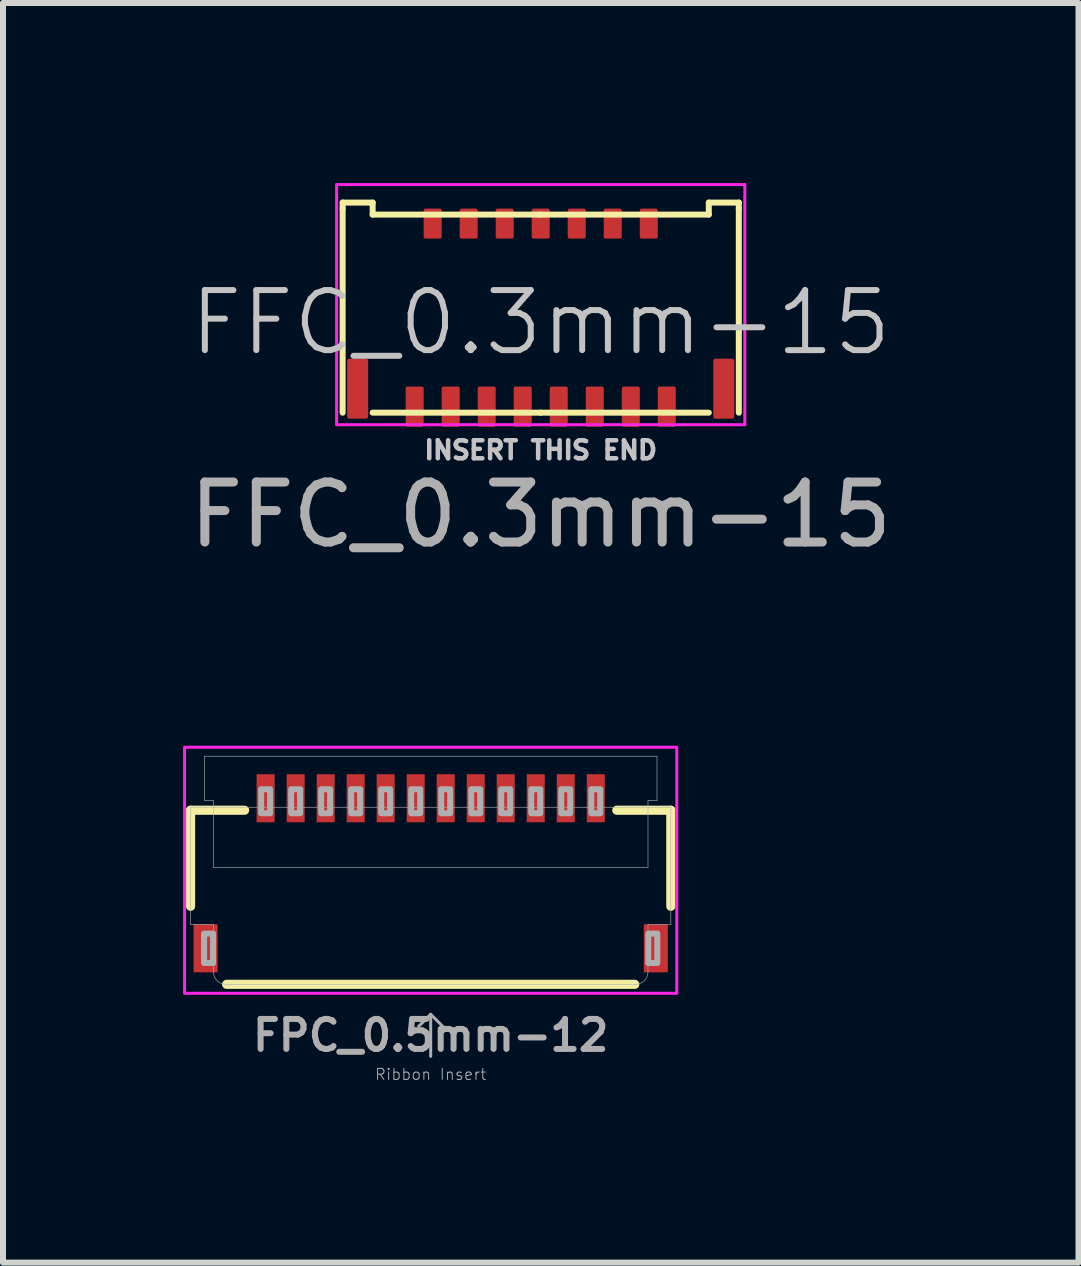
<source format=kicad_pcb>
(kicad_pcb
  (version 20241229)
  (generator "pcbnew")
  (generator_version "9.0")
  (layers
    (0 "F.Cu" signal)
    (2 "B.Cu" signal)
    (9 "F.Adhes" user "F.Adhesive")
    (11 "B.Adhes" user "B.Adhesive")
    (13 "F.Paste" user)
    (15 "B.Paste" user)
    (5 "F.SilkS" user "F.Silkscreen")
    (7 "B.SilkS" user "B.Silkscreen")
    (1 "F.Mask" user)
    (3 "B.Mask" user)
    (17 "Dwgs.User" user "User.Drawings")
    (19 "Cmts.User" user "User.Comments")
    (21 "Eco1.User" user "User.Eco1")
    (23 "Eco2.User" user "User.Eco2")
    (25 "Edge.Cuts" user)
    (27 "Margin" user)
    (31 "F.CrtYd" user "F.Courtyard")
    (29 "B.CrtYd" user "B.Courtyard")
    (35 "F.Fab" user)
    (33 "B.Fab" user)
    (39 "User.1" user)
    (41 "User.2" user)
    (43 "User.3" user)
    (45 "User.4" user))
  (footprint "FFC_0.3mm-15"
    (layer "F.Cu")
    (at 5.958 2.325)
    (property "Reference" "FFC_0.3mm-15" (at 0 0 0) (unlocked yes) (layer "Dwgs.User") (effects (font (size 1 1) (thickness 0.1))))
    (attr smd)
    (fp_line (start -3.3 -2) (end -3.3 -1.9) (stroke (width 0.1) (type default)) (layer "F.SilkS"))
    (fp_line (start -3.3 1.5) (end -3.3 -1.9) (stroke (width 0.1) (type default)) (layer "F.SilkS"))
    (fp_line (start -2.8 -2) (end -3.3 -2) (stroke (width 0.1) (type default)) (layer "F.SilkS"))
    (fp_line (start -2.8 -1.8) (end -2.8 -2) (stroke (width 0.1) (type default)) (layer "F.SilkS"))
    (fp_line (start 0 -1.8) (end -2.8 -1.8) (stroke (width 0.1) (type default)) (layer "F.SilkS"))
    (fp_line (start 0 -1.8) (end 2.8 -1.8) (stroke (width 0.1) (type default)) (layer "F.SilkS"))
    (fp_line (start 0 1.5) (end -2.8 1.5) (stroke (width 0.1) (type default)) (layer "F.SilkS"))
    (fp_line (start 0 1.5) (end 2.8 1.5) (stroke (width 0.1) (type default)) (layer "F.SilkS"))
    (fp_line (start 2.8 -2) (end 3.3 -2) (stroke (width 0.1) (type default)) (layer "F.SilkS"))
    (fp_line (start 2.8 -1.8) (end 2.8 -2) (stroke (width 0.1) (type default)) (layer "F.SilkS"))
    (fp_line (start 3.3 -2) (end 3.3 -1.9) (stroke (width 0.1) (type default)) (layer "F.SilkS"))
    (fp_line (start 3.3 -1.9) (end 3.3 1.5) (stroke (width 0.1) (type default)) (layer "F.SilkS"))
    (fp_line (start -3.4 -2.3) (end 3.4 -2.3) (stroke (width 0.05) (type default)) (layer "F.CrtYd"))
    (fp_line (start -3.4 1.7) (end -3.4 -2.3) (stroke (width 0.05) (type default)) (layer "F.CrtYd"))
    (fp_line (start 3.4 -2.3) (end 3.4 1.7) (stroke (width 0.05) (type default)) (layer "F.CrtYd"))
    (fp_line (start 3.4 1.7) (end -3.4 1.7) (stroke (width 0.05) (type default)) (layer "F.CrtYd"))
    (fp_text user "INSERT THIS END" (at 0 2.3 0) (unlocked yes) (layer "Dwgs.User") (effects (font (size 0.3 0.3) (thickness 0.075)) (justify bottom)))
    (fp_text user "${REFERENCE}" (at 0 3.2 0) (unlocked yes) (layer "F.Fab") (effects (font (size 1 1) (thickness 0.15))))
    (pad "1" smd roundrect (at -2.1 1.4) (size 0.3 0.67) (layers "F.Cu" "F.Mask" "F.Paste") (roundrect_rratio 0.1))
    (pad "2" smd roundrect (at -1.8 -1.65) (size 0.3 0.5) (layers "F.Cu" "F.Mask" "F.Paste") (roundrect_rratio 0.1))
    (pad "3" smd roundrect (at -1.5 1.4) (size 0.3 0.67) (layers "F.Cu" "F.Mask" "F.Paste") (roundrect_rratio 0.1))
    (pad "4" smd roundrect (at -1.2 -1.65) (size 0.3 0.5) (layers "F.Cu" "F.Mask" "F.Paste") (roundrect_rratio 0.1))
    (pad "5" smd roundrect (at -0.9 1.4) (size 0.3 0.67) (layers "F.Cu" "F.Mask" "F.Paste") (roundrect_rratio 0.1))
    (pad "6" smd roundrect (at -0.6 -1.65) (size 0.3 0.5) (layers "F.Cu" "F.Mask" "F.Paste") (roundrect_rratio 0.1))
    (pad "7" smd roundrect (at -0.3 1.4) (size 0.3 0.67) (layers "F.Cu" "F.Mask" "F.Paste") (roundrect_rratio 0.1))
    (pad "8" smd roundrect (at 0 -1.65) (size 0.3 0.5) (layers "F.Cu" "F.Mask" "F.Paste") (roundrect_rratio 0.1))
    (pad "9" smd roundrect (at 0.3 1.4) (size 0.3 0.67) (layers "F.Cu" "F.Mask" "F.Paste") (roundrect_rratio 0.1))
    (pad "10" smd roundrect (at 0.6 -1.65) (size 0.3 0.5) (layers "F.Cu" "F.Mask" "F.Paste") (roundrect_rratio 0.1))
    (pad "11" smd roundrect (at 0.9 1.4) (size 0.3 0.67) (layers "F.Cu" "F.Mask" "F.Paste") (roundrect_rratio 0.1))
    (pad "12" smd roundrect (at 1.2 -1.65) (size 0.3 0.5) (layers "F.Cu" "F.Mask" "F.Paste") (roundrect_rratio 0.1))
    (pad "13" smd roundrect (at 1.5 1.4) (size 0.3 0.67) (layers "F.Cu" "F.Mask" "F.Paste") (roundrect_rratio 0.1))
    (pad "14" smd roundrect (at 1.8 -1.65) (size 0.3 0.5) (layers "F.Cu" "F.Mask" "F.Paste") (roundrect_rratio 0.1))
    (pad "15" smd roundrect (at 2.1 1.4) (size 0.3 0.67) (layers "F.Cu" "F.Mask" "F.Paste") (roundrect_rratio 0.1))
    (pad "GND" smd roundrect (at -3.05 1.1) (size 0.35 1) (layers "F.Cu" "F.Mask" "F.Paste") (roundrect_rratio 0.1))
    (pad "GND" smd roundrect (at 3.05 1.1) (size 0.35 1) (layers "F.Cu" "F.Mask" "F.Paste") (roundrect_rratio 0.1)))
  (footprint "FPC_0.5mm-12"
    (layer "F.Cu")
    (at 4.125 11.598)
    (property "Reference" "FPC_0.5mm-12" (at 0 2.6 0) (layer "F.Fab") (effects (font (size 0.5 0.5) (thickness 0.1) (bold yes))))
    (attr smd)
    (fp_line (start -4 -1.15) (end -4 0.45) (stroke (width 0.152) (type solid)) (layer "F.SilkS"))
    (fp_line (start -4 -1.15) (end -3.1 -1.15) (stroke (width 0.152) (type solid)) (layer "F.SilkS"))
    (fp_line (start -3.4 1.75) (end 3.4 1.75) (stroke (width 0.152) (type solid)) (layer "F.SilkS"))
    (fp_line (start 4 -1.15) (end 3.1 -1.15) (stroke (width 0.152) (type solid)) (layer "F.SilkS"))
    (fp_line (start 4 -1.15) (end 4 0.45) (stroke (width 0.152) (type solid)) (layer "F.SilkS"))
    (fp_rect (start -4.1 -2.2) (end 4.1 1.9) (stroke (width 0.05) (type default)) (fill no) (layer "F.CrtYd"))
    (fp_line (start -4 -1.2) (end -4 0.75) (stroke (width 0.01) (type solid)) (layer "F.Fab"))
    (fp_line (start -4 -1.2) (end -3.62 -1.2) (stroke (width 0.01) (type solid)) (layer "F.Fab"))
    (fp_line (start -3.77 -2.05) (end -3.77 -1.31) (stroke (width 0.01) (type solid)) (layer "F.Fab"))
    (fp_line (start -3.77 -2.05) (end 3.77 -2.05) (stroke (width 0.01) (type solid)) (layer "F.Fab"))
    (fp_line (start -3.62 -1.31) (end -3.77 -1.31) (stroke (width 0.01) (type solid)) (layer "F.Fab"))
    (fp_line (start -3.62 -1.2) (end -3.62 -1.31) (stroke (width 0.01) (type solid)) (layer "F.Fab"))
    (fp_line (start -3.62 -1.2) (end 3.62 -1.2) (stroke (width 0.01) (type solid)) (layer "F.Fab"))
    (fp_line (start -3.62 -0.2) (end -3.62 -1.2) (stroke (width 0.01) (type solid)) (layer "F.Fab"))
    (fp_line (start -3.62 -0.2) (end 3.62 -0.2) (stroke (width 0.01) (type solid)) (layer "F.Fab"))
    (fp_line (start -3.62 0.75) (end -4 0.75) (stroke (width 0.01) (type solid)) (layer "F.Fab"))
    (fp_line (start -3.62 1.55) (end -3.62 0.75) (stroke (width 0.01) (type solid)) (layer "F.Fab"))
    (fp_line (start 0 2.25) (end -0.2 2.45) (stroke (width 0.05) (type solid)) (layer "F.Fab"))
    (fp_line (start 0 2.25) (end 0.2 2.45) (stroke (width 0.05) (type solid)) (layer "F.Fab"))
    (fp_line (start 0 2.95) (end 0 2.25) (stroke (width 0.05) (type solid)) (layer "F.Fab"))
    (fp_line (start 3.41 1.75) (end -3.41 1.75) (stroke (width 0.01) (type solid)) (layer "F.Fab"))
    (fp_line (start 3.62 -1.31) (end 3.77 -1.31) (stroke (width 0.01) (type solid)) (layer "F.Fab"))
    (fp_line (start 3.62 -1.2) (end 3.62 -1.31) (stroke (width 0.01) (type solid)) (layer "F.Fab"))
    (fp_line (start 3.62 -1.2) (end 4 -1.2) (stroke (width 0.01) (type solid)) (layer "F.Fab"))
    (fp_line (start 3.62 -0.2) (end 3.62 -1.2) (stroke (width 0.01) (type solid)) (layer "F.Fab"))
    (fp_line (start 3.62 1.55) (end 3.62 0.75) (stroke (width 0.01) (type solid)) (layer "F.Fab"))
    (fp_line (start 3.77 -1.31) (end 3.77 -2.05) (stroke (width 0.01) (type solid)) (layer "F.Fab"))
    (fp_line (start 4 -1.2) (end 4 0.75) (stroke (width 0.01) (type solid)) (layer "F.Fab"))
    (fp_line (start 4 0.75) (end 3.62 0.75) (stroke (width 0.01) (type solid)) (layer "F.Fab"))
    (fp_arc (start -3.409999 1.749999) (mid -3.55542 1.692442) (end -3.62 1.55) (stroke (width 0.01) (type solid)) (layer "F.Fab"))
    (fp_arc (start 3.62 1.55) (mid 3.55542 1.692442) (end 3.409999 1.749999) (stroke (width 0.01) (type solid)) (layer "F.Fab"))
    (fp_poly (pts (xy -3.775 1.395) (xy -3.625 1.395) (xy -3.625 0.905) (xy -3.775 0.905)) (stroke (width 0.1) (type default)) (fill no) (layer "F.Fab"))
    (fp_poly (pts (xy -2.825 -1.1) (xy -2.675 -1.1) (xy -2.675 -1.5) (xy -2.825 -1.5)) (stroke (width 0.1) (type default)) (fill no) (layer "F.Fab"))
    (fp_poly (pts (xy -2.325 -1.1) (xy -2.175 -1.1) (xy -2.175 -1.5) (xy -2.325 -1.5)) (stroke (width 0.1) (type default)) (fill no) (layer "F.Fab"))
    (fp_poly (pts (xy -1.825 -1.1) (xy -1.675 -1.1) (xy -1.675 -1.5) (xy -1.825 -1.5)) (stroke (width 0.1) (type default)) (fill no) (layer "F.Fab"))
    (fp_poly (pts (xy -1.325 -1.1) (xy -1.175 -1.1) (xy -1.175 -1.5) (xy -1.325 -1.5)) (stroke (width 0.1) (type default)) (fill no) (layer "F.Fab"))
    (fp_poly (pts (xy -0.825 -1.1) (xy -0.675 -1.1) (xy -0.675 -1.5) (xy -0.825 -1.5)) (stroke (width 0.1) (type default)) (fill no) (layer "F.Fab"))
    (fp_poly (pts (xy -0.325 -1.1) (xy -0.175 -1.1) (xy -0.175 -1.5) (xy -0.325 -1.5)) (stroke (width 0.1) (type default)) (fill no) (layer "F.Fab"))
    (fp_poly (pts (xy 0.175 -1.1) (xy 0.325 -1.1) (xy 0.325 -1.5) (xy 0.175 -1.5)) (stroke (width 0.1) (type default)) (fill no) (layer "F.Fab"))
    (fp_poly (pts (xy 0.675 -1.1) (xy 0.825 -1.1) (xy 0.825 -1.5) (xy 0.675 -1.5)) (stroke (width 0.1) (type default)) (fill no) (layer "F.Fab"))
    (fp_poly (pts (xy 1.175 -1.1) (xy 1.325 -1.1) (xy 1.325 -1.5) (xy 1.175 -1.5)) (stroke (width 0.1) (type default)) (fill no) (layer "F.Fab"))
    (fp_poly (pts (xy 1.675 -1.1) (xy 1.825 -1.1) (xy 1.825 -1.5) (xy 1.675 -1.5)) (stroke (width 0.1) (type default)) (fill no) (layer "F.Fab"))
    (fp_poly (pts (xy 2.175 -1.1) (xy 2.325 -1.1) (xy 2.325 -1.5) (xy 2.175 -1.5)) (stroke (width 0.1) (type default)) (fill no) (layer "F.Fab"))
    (fp_poly (pts (xy 2.675 -1.1) (xy 2.825 -1.1) (xy 2.825 -1.5) (xy 2.675 -1.5)) (stroke (width 0.1) (type default)) (fill no) (layer "F.Fab"))
    (fp_poly (pts (xy 3.625 1.395) (xy 3.775 1.395) (xy 3.775 0.905) (xy 3.625 0.905)) (stroke (width 0.1) (type default)) (fill no) (layer "F.Fab"))
    (fp_text user "Ribbon Insert" (at 0 3.25 0) (layer "F.Fab") (effects (font (size 0.184 0.184) (thickness 0.016))))
    (pad "1" smd rect (at -2.75 -1.35) (size 0.3 0.8) (layers "F.Cu" "F.Mask" "F.Paste"))
    (pad "2" smd rect (at -2.25 -1.35) (size 0.3 0.8) (layers "F.Cu" "F.Mask" "F.Paste"))
    (pad "3" smd rect (at -1.75 -1.35) (size 0.3 0.8) (layers "F.Cu" "F.Mask" "F.Paste"))
    (pad "4" smd rect (at -1.25 -1.35) (size 0.3 0.8) (layers "F.Cu" "F.Mask" "F.Paste"))
    (pad "5" smd rect (at -0.75 -1.35) (size 0.3 0.8) (layers "F.Cu" "F.Mask" "F.Paste"))
    (pad "6" smd rect (at -0.25 -1.35) (size 0.3 0.8) (layers "F.Cu" "F.Mask" "F.Paste"))
    (pad "7" smd rect (at 0.25 -1.35) (size 0.3 0.8) (layers "F.Cu" "F.Mask" "F.Paste"))
    (pad "8" smd rect (at 0.75 -1.35) (size 0.3 0.8) (layers "F.Cu" "F.Mask" "F.Paste"))
    (pad "9" smd rect (at 1.25 -1.35) (size 0.3 0.8) (layers "F.Cu" "F.Mask" "F.Paste"))
    (pad "10" smd rect (at 1.75 -1.35) (size 0.3 0.8) (layers "F.Cu" "F.Mask" "F.Paste"))
    (pad "11" smd rect (at 2.25 -1.35) (size 0.3 0.8) (layers "F.Cu" "F.Mask" "F.Paste"))
    (pad "12" smd rect (at 2.75 -1.35) (size 0.3 0.8) (layers "F.Cu" "F.Mask" "F.Paste"))
    (pad "MP1" smd rect (at -3.75 1.15) (size 0.4 0.8) (layers "F.Cu" "F.Mask" "F.Paste"))
    (pad "MP2" smd rect (at 3.75 1.15) (size 0.4 0.8) (layers "F.Cu" "F.Mask" "F.Paste")))
  (gr_rect
    (start -3 -3)
    (end 14.917 17.984)
    (stroke (width 0.1) (type default))
    (fill no)
    (layer "Edge.Cuts")))
</source>
